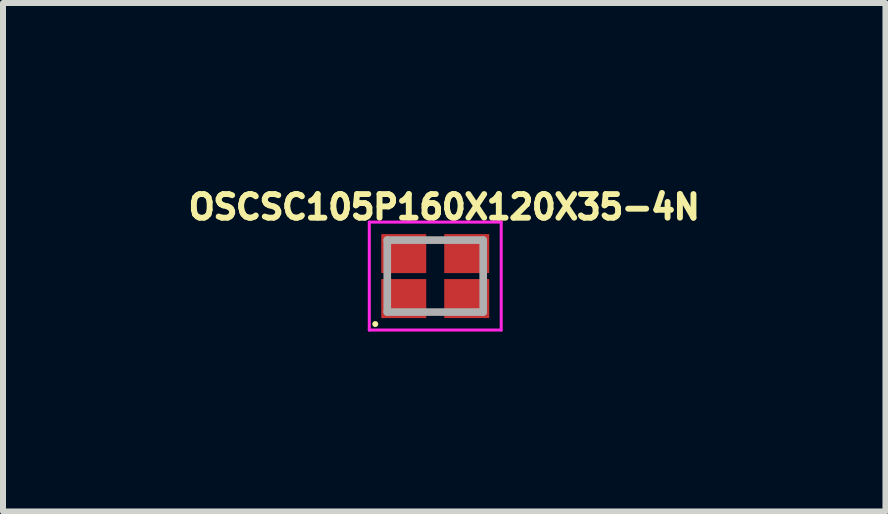
<source format=kicad_pcb>
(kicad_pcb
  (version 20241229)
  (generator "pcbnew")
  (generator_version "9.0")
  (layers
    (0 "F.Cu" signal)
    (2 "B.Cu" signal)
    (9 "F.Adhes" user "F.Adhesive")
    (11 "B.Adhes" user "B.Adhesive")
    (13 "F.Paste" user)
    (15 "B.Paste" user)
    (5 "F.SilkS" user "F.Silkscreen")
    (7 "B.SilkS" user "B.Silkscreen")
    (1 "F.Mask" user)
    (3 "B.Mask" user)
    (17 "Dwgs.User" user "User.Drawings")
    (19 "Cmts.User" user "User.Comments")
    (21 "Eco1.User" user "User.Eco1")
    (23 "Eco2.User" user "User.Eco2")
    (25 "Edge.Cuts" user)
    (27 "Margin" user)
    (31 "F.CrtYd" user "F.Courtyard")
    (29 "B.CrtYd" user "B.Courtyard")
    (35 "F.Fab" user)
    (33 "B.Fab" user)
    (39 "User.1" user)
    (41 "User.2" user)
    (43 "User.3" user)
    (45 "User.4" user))
  (footprint "OSCSC105P160X120X35-4N"
    (layer "F.Cu")
    (at 4.208 1.554)
    (property "Reference" "OSCSC105P160X120X35-4N" (at 0.15 -1.151 0) (layer "F.SilkS") (effects (font (size 0.394 0.394) (thickness 0.15))))
    (attr smd)
    (fp_poly (pts (xy -0.952 0) (xy -0.1 0) (xy -0.1 0.751) (xy -0.952 0.751)) (stroke (width 0.01) (type solid)) (fill yes) (layer "F.Mask"))
    (fp_poly (pts (xy -0.951 -0.75) (xy -0.1 -0.75) (xy -0.1 0) (xy -0.951 0)) (stroke (width 0.01) (type solid)) (fill yes) (layer "F.Mask"))
    (fp_poly (pts (xy 0.1 0) (xy 0.95 0) (xy 0.95 0.751) (xy 0.1 0.751)) (stroke (width 0.01) (type solid)) (fill yes) (layer "F.Mask"))
    (fp_poly (pts (xy 0.1 -0.75) (xy 0.95 -0.75) (xy 0.95 0) (xy 0.1 0)) (stroke (width 0.01) (type solid)) (fill yes) (layer "F.Mask"))
    (fp_circle (center -1 0.8) (end -0.95 0.8) (stroke (width 0) (type solid)) (fill yes) (layer "F.SilkS"))
    (fp_line (start -1.1 -0.9) (end -1.1 0.9) (stroke (width 0.05) (type solid)) (layer "F.CrtYd"))
    (fp_line (start -1.1 0.9) (end 1.1 0.9) (stroke (width 0.05) (type solid)) (layer "F.CrtYd"))
    (fp_line (start 1.1 -0.9) (end -1.1 -0.9) (stroke (width 0.05) (type solid)) (layer "F.CrtYd"))
    (fp_line (start 1.1 0.9) (end 1.1 -0.9) (stroke (width 0.05) (type solid)) (layer "F.CrtYd"))
    (fp_line (start -0.8 -0.6) (end 0.8 -0.6) (stroke (width 0.127) (type solid)) (layer "F.Fab"))
    (fp_line (start -0.8 0.6) (end -0.8 -0.6) (stroke (width 0.127) (type solid)) (layer "F.Fab"))
    (fp_line (start 0.8 -0.6) (end 0.8 0.6) (stroke (width 0.127) (type solid)) (layer "F.Fab"))
    (fp_line (start 0.8 0.6) (end -0.8 0.6) (stroke (width 0.127) (type solid)) (layer "F.Fab"))
    (pad "1" smd rect (at -0.525 0.375) (size 0.75 0.65) (layers "F.Cu" "F.Paste"))
    (pad "2" smd rect (at 0.525 0.375) (size 0.75 0.65) (layers "F.Cu" "F.Paste"))
    (pad "3" smd rect (at 0.525 -0.375) (size 0.75 0.65) (layers "F.Cu" "F.Paste"))
    (pad "4" smd rect (at -0.525 -0.375) (size 0.75 0.65) (layers "F.Cu" "F.Paste")))
  (gr_rect
    (start -3 -3)
    (end 11.716 5.479)
    (stroke (width 0.1) (type default))
    (fill no)
    (layer "Edge.Cuts")))
</source>
